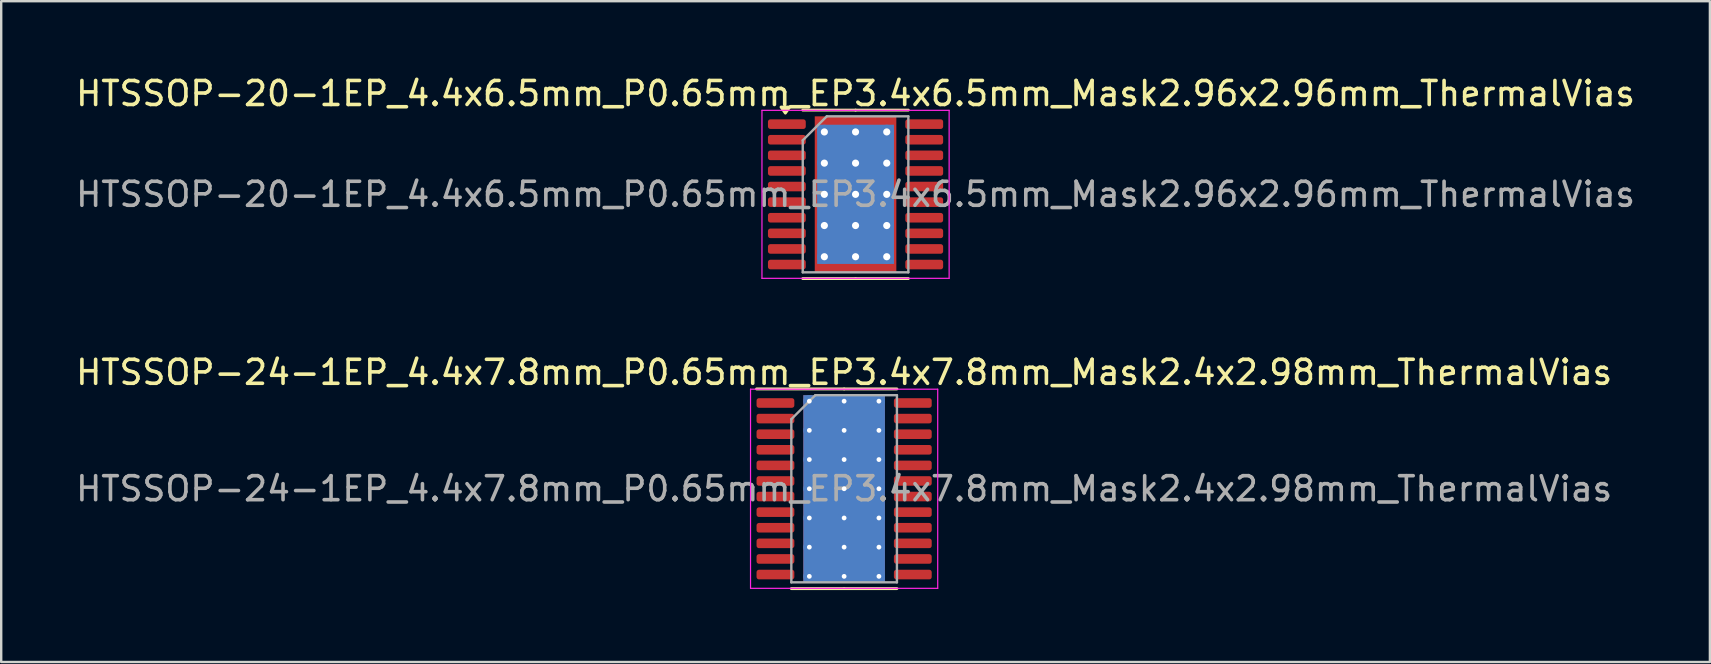
<source format=kicad_pcb>
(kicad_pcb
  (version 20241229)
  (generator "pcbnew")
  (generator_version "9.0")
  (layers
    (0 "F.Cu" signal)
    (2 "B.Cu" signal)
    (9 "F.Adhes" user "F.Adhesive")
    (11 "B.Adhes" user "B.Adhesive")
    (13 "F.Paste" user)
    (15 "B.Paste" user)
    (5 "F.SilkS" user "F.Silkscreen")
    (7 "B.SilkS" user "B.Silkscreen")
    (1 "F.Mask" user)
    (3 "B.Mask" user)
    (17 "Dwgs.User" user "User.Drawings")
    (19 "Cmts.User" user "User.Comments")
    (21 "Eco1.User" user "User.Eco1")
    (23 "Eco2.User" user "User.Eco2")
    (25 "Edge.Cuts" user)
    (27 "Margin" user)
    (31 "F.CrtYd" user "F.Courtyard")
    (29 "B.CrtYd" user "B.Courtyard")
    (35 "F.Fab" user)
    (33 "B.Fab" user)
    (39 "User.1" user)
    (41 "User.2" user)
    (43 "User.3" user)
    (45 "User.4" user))
  (footprint "HTSSOP-20-1EP_4.4x6.5mm_P0.65mm_EP3.4x6.5mm_Mask2.96x2.96mm_ThermalVias"
    (layer "F.Cu")
    (at 32.601 5.048)
    (property "Reference" "HTSSOP-20-1EP_4.4x6.5mm_P0.65mm_EP3.4x6.5mm_Mask2.96x2.96mm_ThermalVias" (at 0 -4.2 0) (layer "F.SilkS") (effects (font (size 1 1) (thickness 0.15))))
    (attr smd)
    (fp_line (start 0 -3.51) (end -2.2 -3.51) (stroke (width 0.12) (type solid)) (layer "F.SilkS"))
    (fp_line (start 0 -3.51) (end 2.2 -3.51) (stroke (width 0.12) (type solid)) (layer "F.SilkS"))
    (fp_line (start 0 3.51) (end -2.2 3.51) (stroke (width 0.12) (type solid)) (layer "F.SilkS"))
    (fp_line (start 0 3.51) (end 2.2 3.51) (stroke (width 0.12) (type solid)) (layer "F.SilkS"))
    (fp_poly (pts (xy -2.925 -3.385) (xy -3.105 -3.637) (xy -2.745 -3.637) (xy -2.925 -3.385)) (stroke (width 0.12) (type solid)) (fill yes) (layer "F.SilkS"))
    (fp_line (start -3.9 -3.5) (end -3.9 3.5) (stroke (width 0.05) (type solid)) (layer "F.CrtYd"))
    (fp_line (start -3.9 3.5) (end 3.9 3.5) (stroke (width 0.05) (type solid)) (layer "F.CrtYd"))
    (fp_line (start 3.9 -3.5) (end -3.9 -3.5) (stroke (width 0.05) (type solid)) (layer "F.CrtYd"))
    (fp_line (start 3.9 3.5) (end 3.9 -3.5) (stroke (width 0.05) (type solid)) (layer "F.CrtYd"))
    (fp_line (start -2.2 -2.25) (end -1.2 -3.25) (stroke (width 0.1) (type solid)) (layer "F.Fab"))
    (fp_line (start -2.2 3.25) (end -2.2 -2.25) (stroke (width 0.1) (type solid)) (layer "F.Fab"))
    (fp_line (start -1.2 -3.25) (end 2.2 -3.25) (stroke (width 0.1) (type solid)) (layer "F.Fab"))
    (fp_line (start 2.2 -3.25) (end 2.2 3.25) (stroke (width 0.1) (type solid)) (layer "F.Fab"))
    (fp_line (start 2.2 3.25) (end -2.2 3.25) (stroke (width 0.1) (type solid)) (layer "F.Fab"))
    (fp_text user "${REFERENCE}" (at 0 0 0) (layer "F.Fab") (effects (font (size 1 1) (thickness 0.15))))
    (pad "" smd roundrect (at -0.74 -0.74) (size 1.19 1.19) (layers "F.Paste") (roundrect_rratio 0.21))
    (pad "" smd roundrect (at -0.74 0.74) (size 1.19 1.19) (layers "F.Paste") (roundrect_rratio 0.21))
    (pad "" smd rect (at 0 0) (size 2.96 2.96) (layers "F.Mask"))
    (pad "" smd roundrect (at 0.74 -0.74) (size 1.19 1.19) (layers "F.Paste") (roundrect_rratio 0.21))
    (pad "" smd roundrect (at 0.74 0.74) (size 1.19 1.19) (layers "F.Paste") (roundrect_rratio 0.21))
    (pad "1" smd roundrect (at -2.862 -2.925) (size 1.575 0.4) (layers "F.Cu" "F.Mask" "F.Paste") (roundrect_rratio 0.25))
    (pad "2" smd roundrect (at -2.862 -2.275) (size 1.575 0.4) (layers "F.Cu" "F.Mask" "F.Paste") (roundrect_rratio 0.25))
    (pad "3" smd roundrect (at -2.862 -1.625) (size 1.575 0.4) (layers "F.Cu" "F.Mask" "F.Paste") (roundrect_rratio 0.25))
    (pad "4" smd roundrect (at -2.862 -0.975) (size 1.575 0.4) (layers "F.Cu" "F.Mask" "F.Paste") (roundrect_rratio 0.25))
    (pad "5" smd roundrect (at -2.862 -0.325) (size 1.575 0.4) (layers "F.Cu" "F.Mask" "F.Paste") (roundrect_rratio 0.25))
    (pad "6" smd roundrect (at -2.862 0.325) (size 1.575 0.4) (layers "F.Cu" "F.Mask" "F.Paste") (roundrect_rratio 0.25))
    (pad "7" smd roundrect (at -2.862 0.975) (size 1.575 0.4) (layers "F.Cu" "F.Mask" "F.Paste") (roundrect_rratio 0.25))
    (pad "8" smd roundrect (at -2.862 1.625) (size 1.575 0.4) (layers "F.Cu" "F.Mask" "F.Paste") (roundrect_rratio 0.25))
    (pad "9" smd roundrect (at -2.862 2.275) (size 1.575 0.4) (layers "F.Cu" "F.Mask" "F.Paste") (roundrect_rratio 0.25))
    (pad "10" smd roundrect (at -2.862 2.925) (size 1.575 0.4) (layers "F.Cu" "F.Mask" "F.Paste") (roundrect_rratio 0.25))
    (pad "11" smd roundrect (at 2.862 2.925) (size 1.575 0.4) (layers "F.Cu" "F.Mask" "F.Paste") (roundrect_rratio 0.25))
    (pad "12" smd roundrect (at 2.862 2.275) (size 1.575 0.4) (layers "F.Cu" "F.Mask" "F.Paste") (roundrect_rratio 0.25))
    (pad "13" smd roundrect (at 2.862 1.625) (size 1.575 0.4) (layers "F.Cu" "F.Mask" "F.Paste") (roundrect_rratio 0.25))
    (pad "14" smd roundrect (at 2.862 0.975) (size 1.575 0.4) (layers "F.Cu" "F.Mask" "F.Paste") (roundrect_rratio 0.25))
    (pad "15" smd roundrect (at 2.862 0.325) (size 1.575 0.4) (layers "F.Cu" "F.Mask" "F.Paste") (roundrect_rratio 0.25))
    (pad "16" smd roundrect (at 2.862 -0.325) (size 1.575 0.4) (layers "F.Cu" "F.Mask" "F.Paste") (roundrect_rratio 0.25))
    (pad "17" smd roundrect (at 2.862 -0.975) (size 1.575 0.4) (layers "F.Cu" "F.Mask" "F.Paste") (roundrect_rratio 0.25))
    (pad "18" smd roundrect (at 2.862 -1.625) (size 1.575 0.4) (layers "F.Cu" "F.Mask" "F.Paste") (roundrect_rratio 0.25))
    (pad "19" smd roundrect (at 2.862 -2.275) (size 1.575 0.4) (layers "F.Cu" "F.Mask" "F.Paste") (roundrect_rratio 0.25))
    (pad "20" smd roundrect (at 2.862 -2.925) (size 1.575 0.4) (layers "F.Cu" "F.Mask" "F.Paste") (roundrect_rratio 0.25))
    (pad "21" thru_hole circle (at -1.3 -2.6) (size 0.6 0.6) (drill 0.3) (property pad_prop_heatsink) (layers "*.Cu"))
    (pad "21" thru_hole circle (at -1.3 -1.3) (size 0.6 0.6) (drill 0.3) (property pad_prop_heatsink) (layers "*.Cu"))
    (pad "21" thru_hole circle (at -1.3 0) (size 0.6 0.6) (drill 0.3) (property pad_prop_heatsink) (layers "*.Cu"))
    (pad "21" thru_hole circle (at -1.3 1.3) (size 0.6 0.6) (drill 0.3) (property pad_prop_heatsink) (layers "*.Cu"))
    (pad "21" thru_hole circle (at -1.3 2.6) (size 0.6 0.6) (drill 0.3) (property pad_prop_heatsink) (layers "*.Cu"))
    (pad "21" thru_hole circle (at 0 -2.6) (size 0.6 0.6) (drill 0.3) (property pad_prop_heatsink) (layers "*.Cu"))
    (pad "21" thru_hole circle (at 0 -1.3) (size 0.6 0.6) (drill 0.3) (property pad_prop_heatsink) (layers "*.Cu"))
    (pad "21" thru_hole circle (at 0 0) (size 0.6 0.6) (drill 0.3) (property pad_prop_heatsink) (layers "*.Cu"))
    (pad "21" smd rect (at 0 0) (size 3.2 5.8) (property pad_prop_heatsink) (layers "B.Cu"))
    (pad "21" smd rect (at 0 0) (size 3.4 6.5) (property pad_prop_heatsink) (layers "F.Cu"))
    (pad "21" thru_hole circle (at 0 1.3) (size 0.6 0.6) (drill 0.3) (property pad_prop_heatsink) (layers "*.Cu"))
    (pad "21" thru_hole circle (at 0 2.6) (size 0.6 0.6) (drill 0.3) (property pad_prop_heatsink) (layers "*.Cu"))
    (pad "21" thru_hole circle (at 1.3 -2.6) (size 0.6 0.6) (drill 0.3) (property pad_prop_heatsink) (layers "*.Cu"))
    (pad "21" thru_hole circle (at 1.3 -1.3) (size 0.6 0.6) (drill 0.3) (property pad_prop_heatsink) (layers "*.Cu"))
    (pad "21" thru_hole circle (at 1.3 0) (size 0.6 0.6) (drill 0.3) (property pad_prop_heatsink) (layers "*.Cu"))
    (pad "21" thru_hole circle (at 1.3 1.3) (size 0.6 0.6) (drill 0.3) (property pad_prop_heatsink) (layers "*.Cu"))
    (pad "21" thru_hole circle (at 1.3 2.6) (size 0.6 0.6) (drill 0.3) (property pad_prop_heatsink) (layers "*.Cu")))
  (footprint "HTSSOP-24-1EP_4.4x7.8mm_P0.65mm_EP3.4x7.8mm_Mask2.4x2.98mm_ThermalVias"
    (layer "F.Cu")
    (at 32.125 17.317)
    (property "Reference" "HTSSOP-24-1EP_4.4x7.8mm_P0.65mm_EP3.4x7.8mm_Mask2.4x2.98mm_ThermalVias" (at 0 -4.85 0) (layer "F.SilkS") (effects (font (size 1 1) (thickness 0.15))))
    (attr smd)
    (fp_line (start 0 -4.16) (end -3.65 -4.16) (stroke (width 0.12) (type solid)) (layer "F.SilkS"))
    (fp_line (start 0 -4.16) (end 2.2 -4.16) (stroke (width 0.12) (type solid)) (layer "F.SilkS"))
    (fp_line (start 0 4.16) (end -2.2 4.16) (stroke (width 0.12) (type solid)) (layer "F.SilkS"))
    (fp_line (start 0 4.16) (end 2.2 4.16) (stroke (width 0.12) (type solid)) (layer "F.SilkS"))
    (fp_line (start -3.9 -4.15) (end -3.9 4.15) (stroke (width 0.05) (type solid)) (layer "F.CrtYd"))
    (fp_line (start -3.9 4.15) (end 3.9 4.15) (stroke (width 0.05) (type solid)) (layer "F.CrtYd"))
    (fp_line (start 3.9 -4.15) (end -3.9 -4.15) (stroke (width 0.05) (type solid)) (layer "F.CrtYd"))
    (fp_line (start 3.9 4.15) (end 3.9 -4.15) (stroke (width 0.05) (type solid)) (layer "F.CrtYd"))
    (fp_line (start -2.2 -2.9) (end -1.2 -3.9) (stroke (width 0.1) (type solid)) (layer "F.Fab"))
    (fp_line (start -2.2 3.9) (end -2.2 -2.9) (stroke (width 0.1) (type solid)) (layer "F.Fab"))
    (fp_line (start -1.2 -3.9) (end 2.2 -3.9) (stroke (width 0.1) (type solid)) (layer "F.Fab"))
    (fp_line (start 2.2 -3.9) (end 2.2 3.9) (stroke (width 0.1) (type solid)) (layer "F.Fab"))
    (fp_line (start 2.2 3.9) (end -2.2 3.9) (stroke (width 0.1) (type solid)) (layer "F.Fab"))
    (fp_text user "${REFERENCE}" (at 0 0 0) (layer "F.Fab") (effects (font (size 1 1) (thickness 0.15))))
    (pad "" smd roundrect (at 0 0) (size 1.93 2.4) (layers "F.Paste") (roundrect_rratio 0.13))
    (pad "" smd rect (at 0 0) (size 2.4 2.98) (layers "F.Mask"))
    (pad "1" smd roundrect (at -2.862 -3.575) (size 1.575 0.4) (layers "F.Cu" "F.Mask" "F.Paste") (roundrect_rratio 0.25))
    (pad "2" smd roundrect (at -2.862 -2.925) (size 1.575 0.4) (layers "F.Cu" "F.Mask" "F.Paste") (roundrect_rratio 0.25))
    (pad "3" smd roundrect (at -2.862 -2.275) (size 1.575 0.4) (layers "F.Cu" "F.Mask" "F.Paste") (roundrect_rratio 0.25))
    (pad "4" smd roundrect (at -2.862 -1.625) (size 1.575 0.4) (layers "F.Cu" "F.Mask" "F.Paste") (roundrect_rratio 0.25))
    (pad "5" smd roundrect (at -2.862 -0.975) (size 1.575 0.4) (layers "F.Cu" "F.Mask" "F.Paste") (roundrect_rratio 0.25))
    (pad "6" smd roundrect (at -2.862 -0.325) (size 1.575 0.4) (layers "F.Cu" "F.Mask" "F.Paste") (roundrect_rratio 0.25))
    (pad "7" smd roundrect (at -2.862 0.325) (size 1.575 0.4) (layers "F.Cu" "F.Mask" "F.Paste") (roundrect_rratio 0.25))
    (pad "8" smd roundrect (at -2.862 0.975) (size 1.575 0.4) (layers "F.Cu" "F.Mask" "F.Paste") (roundrect_rratio 0.25))
    (pad "9" smd roundrect (at -2.862 1.625) (size 1.575 0.4) (layers "F.Cu" "F.Mask" "F.Paste") (roundrect_rratio 0.25))
    (pad "10" smd roundrect (at -2.862 2.275) (size 1.575 0.4) (layers "F.Cu" "F.Mask" "F.Paste") (roundrect_rratio 0.25))
    (pad "11" smd roundrect (at -2.862 2.925) (size 1.575 0.4) (layers "F.Cu" "F.Mask" "F.Paste") (roundrect_rratio 0.25))
    (pad "12" smd roundrect (at -2.862 3.575) (size 1.575 0.4) (layers "F.Cu" "F.Mask" "F.Paste") (roundrect_rratio 0.25))
    (pad "13" smd roundrect (at 2.862 3.575) (size 1.575 0.4) (layers "F.Cu" "F.Mask" "F.Paste") (roundrect_rratio 0.25))
    (pad "14" smd roundrect (at 2.862 2.925) (size 1.575 0.4) (layers "F.Cu" "F.Mask" "F.Paste") (roundrect_rratio 0.25))
    (pad "15" smd roundrect (at 2.862 2.275) (size 1.575 0.4) (layers "F.Cu" "F.Mask" "F.Paste") (roundrect_rratio 0.25))
    (pad "16" smd roundrect (at 2.862 1.625) (size 1.575 0.4) (layers "F.Cu" "F.Mask" "F.Paste") (roundrect_rratio 0.25))
    (pad "17" smd roundrect (at 2.862 0.975) (size 1.575 0.4) (layers "F.Cu" "F.Mask" "F.Paste") (roundrect_rratio 0.25))
    (pad "18" smd roundrect (at 2.862 0.325) (size 1.575 0.4) (layers "F.Cu" "F.Mask" "F.Paste") (roundrect_rratio 0.25))
    (pad "19" smd roundrect (at 2.862 -0.325) (size 1.575 0.4) (layers "F.Cu" "F.Mask" "F.Paste") (roundrect_rratio 0.25))
    (pad "20" smd roundrect (at 2.862 -0.975) (size 1.575 0.4) (layers "F.Cu" "F.Mask" "F.Paste") (roundrect_rratio 0.25))
    (pad "21" smd roundrect (at 2.862 -1.625) (size 1.575 0.4) (layers "F.Cu" "F.Mask" "F.Paste") (roundrect_rratio 0.25))
    (pad "22" smd roundrect (at 2.862 -2.275) (size 1.575 0.4) (layers "F.Cu" "F.Mask" "F.Paste") (roundrect_rratio 0.25))
    (pad "23" smd roundrect (at 2.862 -2.925) (size 1.575 0.4) (layers "F.Cu" "F.Mask" "F.Paste") (roundrect_rratio 0.25))
    (pad "24" smd roundrect (at 2.862 -3.575) (size 1.575 0.4) (layers "F.Cu" "F.Mask" "F.Paste") (roundrect_rratio 0.25))
    (pad "25" thru_hole circle (at -1.45 -3.65) (size 0.5 0.5) (drill 0.2) (layers "*.Cu"))
    (pad "25" thru_hole circle (at -1.45 -2.433) (size 0.5 0.5) (drill 0.2) (layers "*.Cu"))
    (pad "25" thru_hole circle (at -1.45 -1.217) (size 0.5 0.5) (drill 0.2) (layers "*.Cu"))
    (pad "25" thru_hole circle (at -1.45 0) (size 0.5 0.5) (drill 0.2) (layers "*.Cu"))
    (pad "25" thru_hole circle (at -1.45 1.217) (size 0.5 0.5) (drill 0.2) (layers "*.Cu"))
    (pad "25" thru_hole circle (at -1.45 2.433) (size 0.5 0.5) (drill 0.2) (layers "*.Cu"))
    (pad "25" thru_hole circle (at -1.45 3.65) (size 0.5 0.5) (drill 0.2) (layers "*.Cu"))
    (pad "25" thru_hole circle (at 0 -3.65) (size 0.5 0.5) (drill 0.2) (layers "*.Cu"))
    (pad "25" thru_hole circle (at 0 -2.433) (size 0.5 0.5) (drill 0.2) (layers "*.Cu"))
    (pad "25" thru_hole circle (at 0 -1.217) (size 0.5 0.5) (drill 0.2) (layers "*.Cu"))
    (pad "25" thru_hole circle (at 0 0) (size 0.5 0.5) (drill 0.2) (layers "*.Cu"))
    (pad "25" smd rect (at 0 0) (size 3.4 7.8) (layers "F.Cu"))
    (pad "25" smd rect (at 0 0) (size 3.4 7.8) (layers "B.Cu"))
    (pad "25" thru_hole circle (at 0 1.217) (size 0.5 0.5) (drill 0.2) (layers "*.Cu"))
    (pad "25" thru_hole circle (at 0 2.433) (size 0.5 0.5) (drill 0.2) (layers "*.Cu"))
    (pad "25" thru_hole circle (at 0 3.65) (size 0.5 0.5) (drill 0.2) (layers "*.Cu"))
    (pad "25" thru_hole circle (at 1.45 -3.65) (size 0.5 0.5) (drill 0.2) (layers "*.Cu"))
    (pad "25" thru_hole circle (at 1.45 -2.433) (size 0.5 0.5) (drill 0.2) (layers "*.Cu"))
    (pad "25" thru_hole circle (at 1.45 -1.217) (size 0.5 0.5) (drill 0.2) (layers "*.Cu"))
    (pad "25" thru_hole circle (at 1.45 0) (size 0.5 0.5) (drill 0.2) (layers "*.Cu"))
    (pad "25" thru_hole circle (at 1.45 1.217) (size 0.5 0.5) (drill 0.2) (layers "*.Cu"))
    (pad "25" thru_hole circle (at 1.45 2.433) (size 0.5 0.5) (drill 0.2) (layers "*.Cu"))
    (pad "25" thru_hole circle (at 1.45 3.65) (size 0.5 0.5) (drill 0.2) (layers "*.Cu")))
  (gr_rect
    (start -3 -3)
    (end 68.202 24.537)
    (stroke (width 0.1) (type default))
    (fill no)
    (layer "Edge.Cuts")))
</source>
